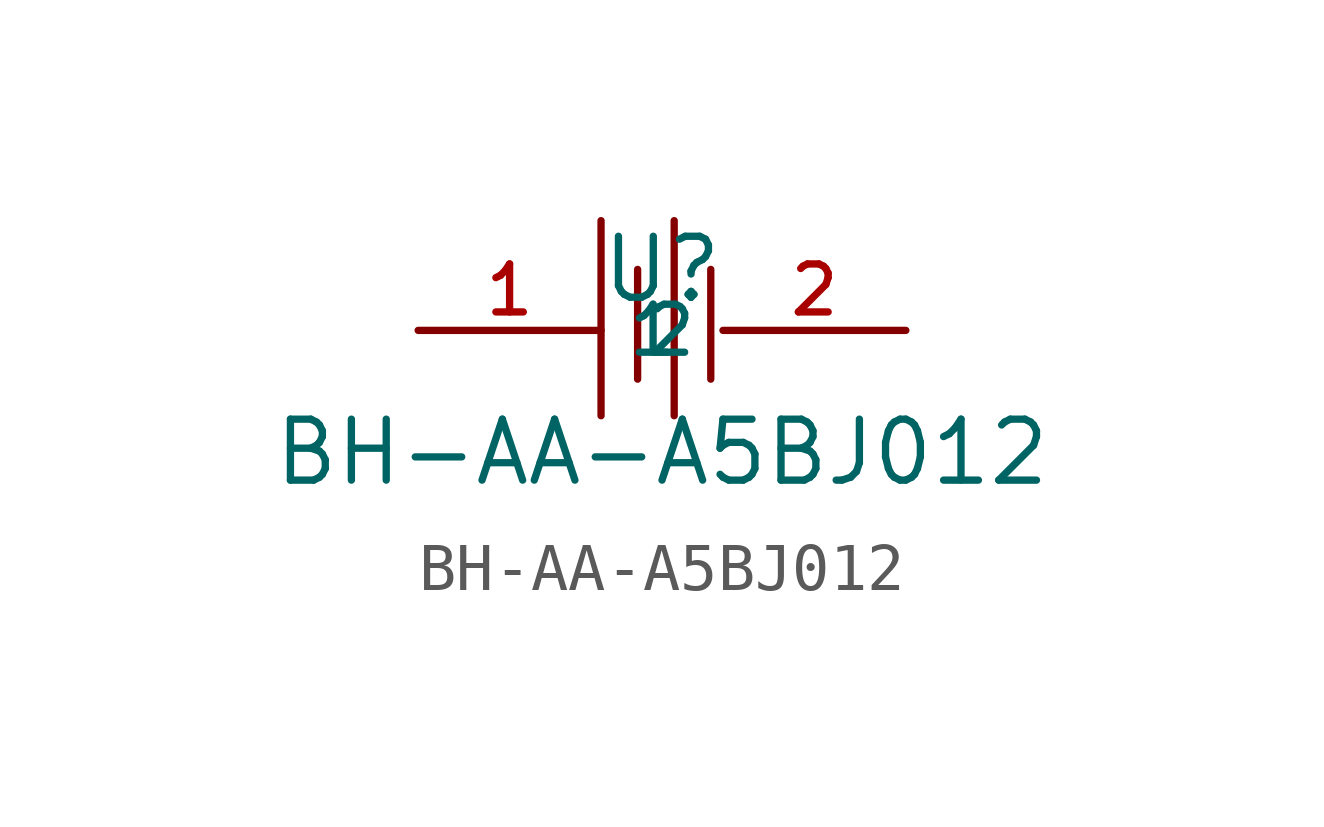
<source format=kicad_sym>
(kicad_symbol_lib
  (version 20210201)
  (generator TousstNicolas/JLC2KiCad_lib)
  (symbol "BH-AA-A5BJ012"
    (property "Reference" "U"
      (at 0 1.27 0)
      (effects (font (size 1.27 1.27))))
    (property "Value" "BH-AA-A5BJ012"
      (at 0 -2.54 0)
      (effects (font (size 1.27 1.27))))
    (symbol "BH-AA-A5BJ012_0_1"
      (polyline (pts (xy -1.27 2.286) (xy -1.27 -1.778)) (stroke (width 0) (type default) (color 0 0 0 0)) (fill (type none)))
      (polyline (pts (xy -0.508 1.27) (xy -0.508 -1.016)) (stroke (width 0) (type default) (color 0 0 0 0)) (fill (type none)))
      (polyline (pts (xy 0.254 2.286) (xy 0.254 -1.778)) (stroke (width 0) (type default) (color 0 0 0 0)) (fill (type none)))
      (polyline (pts (xy 1.016 1.27) (xy 1.016 -1.016)) (stroke (width 0) (type default) (color 0 0 0 0)) (fill (type none)))
      (pin input line (at -5.08 -0.0 0) (length 3.81) (name "1" (effects (font (size 1 1)))) (number "1" (effects (font (size 1 1)))))
      (pin input line (at 5.08 -0.0 180) (length 3.81) (name "2" (effects (font (size 1 1)))) (number "2" (effects (font (size 1 1))))))))
</source>
